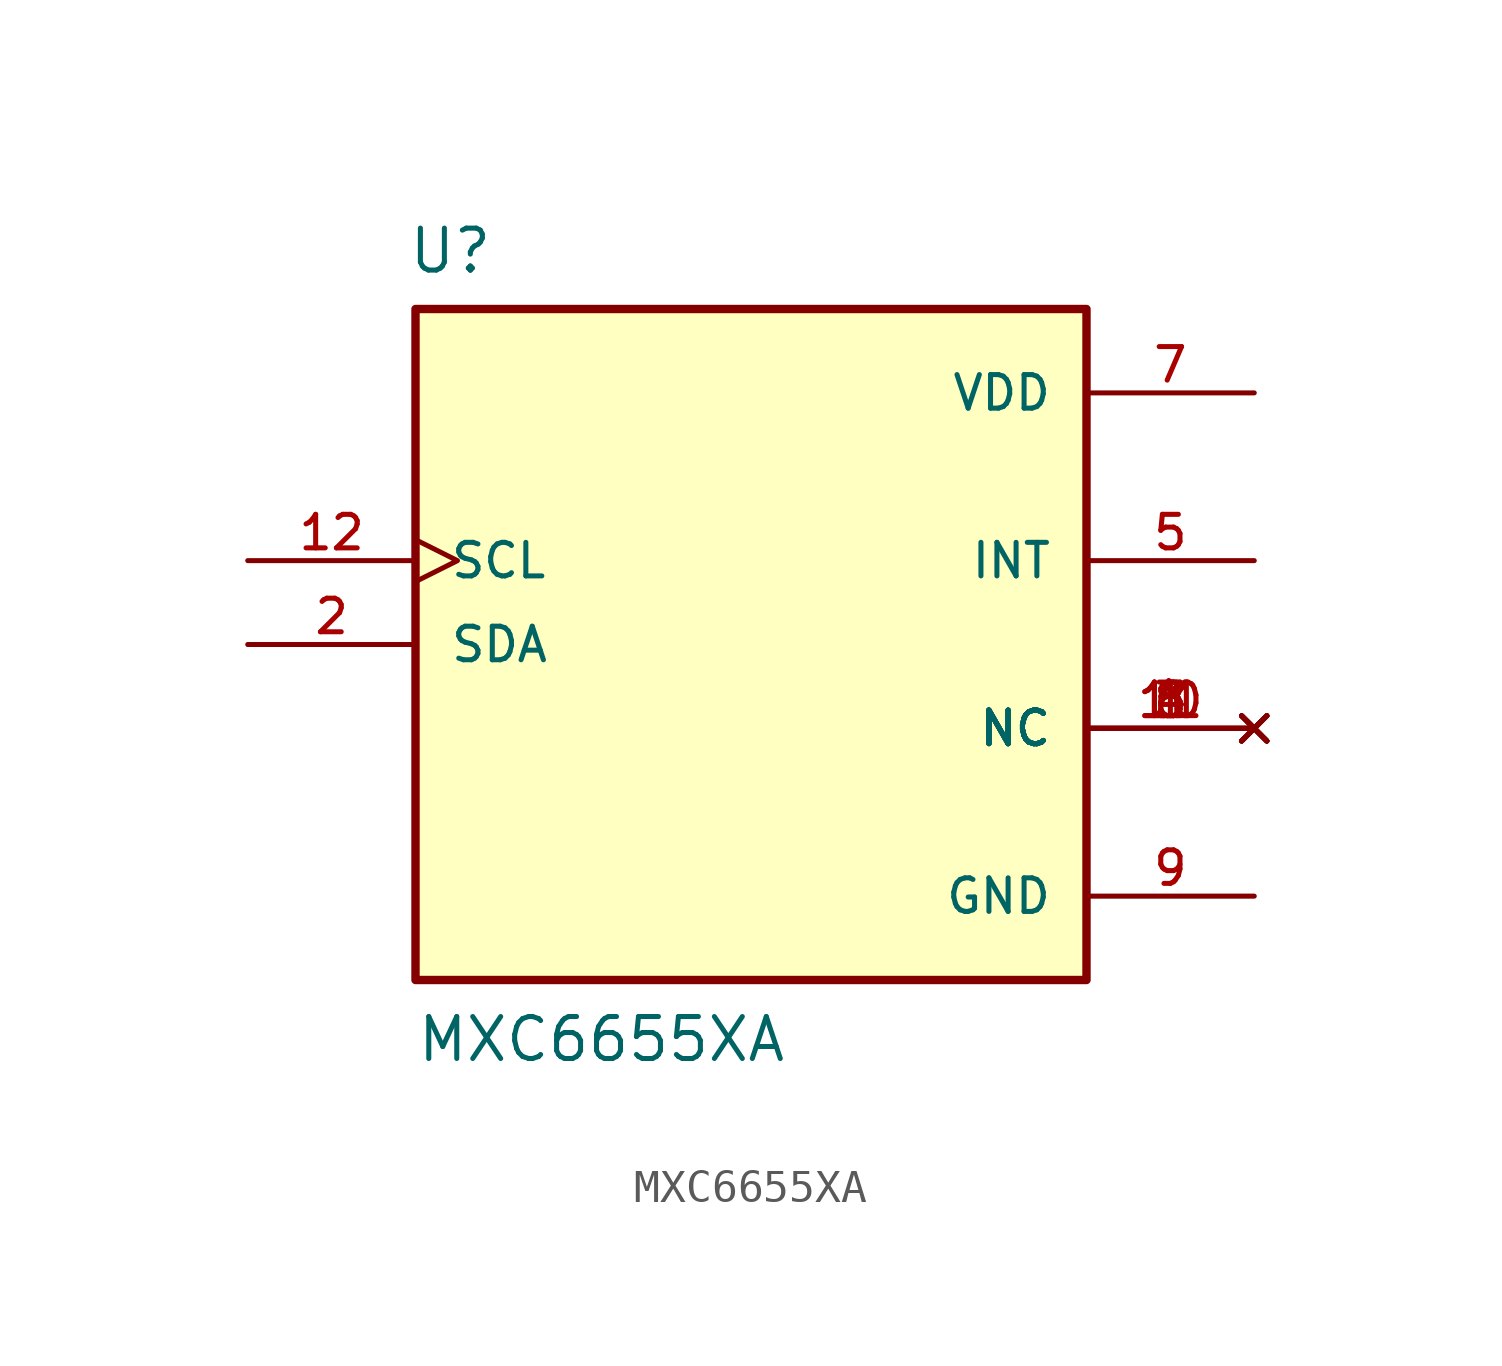
<source format=kicad_sym>
(kicad_symbol_lib
  (version 20211014)
  (generator kicad_symbol_editor)
  (symbol "MXC6655XA"
    (pin_names
      (offset 1.016))
    (property "Reference" "U"
      (at 4.826 11.176 0)
      (effects (font (size 1.27 1.27)) (justify left bottom)))
    (property "Value" "MXC6655XA"
      (at 5.08 -12.7 0)
      (effects (font (size 1.27 1.27)) (justify left bottom)))
    (property "ki_locked" ""
      (at 0 0 0)
      (effects (font (size 1.27 1.27))))
    (symbol "MXC6655XA_0_0"
      (rectangle (start 5.08 -10.16) (end 25.4 10.16) (stroke (width 0.254) (type default) (color 0 0 0 0)) (fill (type background)))
      (pin no_connect line (at 30.48 -2.54 180) (length 5.08) (name "NC" (effects (font (size 1.016 1.016)))) (number "1" (effects (font (size 1.016 1.016)))))
      (pin no_connect line (at 30.48 -2.54 180) (length 5.08) (name "NC" (effects (font (size 1.016 1.016)))) (number "10" (effects (font (size 1.016 1.016)))))
      (pin no_connect line (at 30.48 -2.54 180) (length 5.08) (name "NC" (effects (font (size 1.016 1.016)))) (number "11" (effects (font (size 1.016 1.016)))))
      (pin input clock (at 0 2.54 0) (length 5.08) (name "SCL" (effects (font (size 1.016 1.016)))) (number "12" (effects (font (size 1.016 1.016)))))
      (pin bidirectional line (at 0 0 0) (length 5.08) (name "SDA" (effects (font (size 1.016 1.016)))) (number "2" (effects (font (size 1.016 1.016)))))
      (pin no_connect line (at 30.48 -2.54 180) (length 5.08) (name "NC" (effects (font (size 1.016 1.016)))) (number "3" (effects (font (size 1.016 1.016)))))
      (pin no_connect line (at 30.48 -2.54 180) (length 5.08) (name "NC" (effects (font (size 1.016 1.016)))) (number "4" (effects (font (size 1.016 1.016)))))
      (pin output line (at 30.48 2.54 180) (length 5.08) (name "INT" (effects (font (size 1.016 1.016)))) (number "5" (effects (font (size 1.016 1.016)))))
      (pin no_connect line (at 30.48 -2.54 180) (length 5.08) (name "NC" (effects (font (size 1.016 1.016)))) (number "6" (effects (font (size 1.016 1.016)))))
      (pin power_in line (at 30.48 7.62 180) (length 5.08) (name "VDD" (effects (font (size 1.016 1.016)))) (number "7" (effects (font (size 1.016 1.016)))))
      (pin no_connect line (at 30.48 -2.54 180) (length 5.08) (name "NC" (effects (font (size 1.016 1.016)))) (number "8" (effects (font (size 1.016 1.016)))))
      (pin power_in line (at 30.48 -7.62 180) (length 5.08) (name "GND" (effects (font (size 1.016 1.016)))) (number "9" (effects (font (size 1.016 1.016))))))))
</source>
